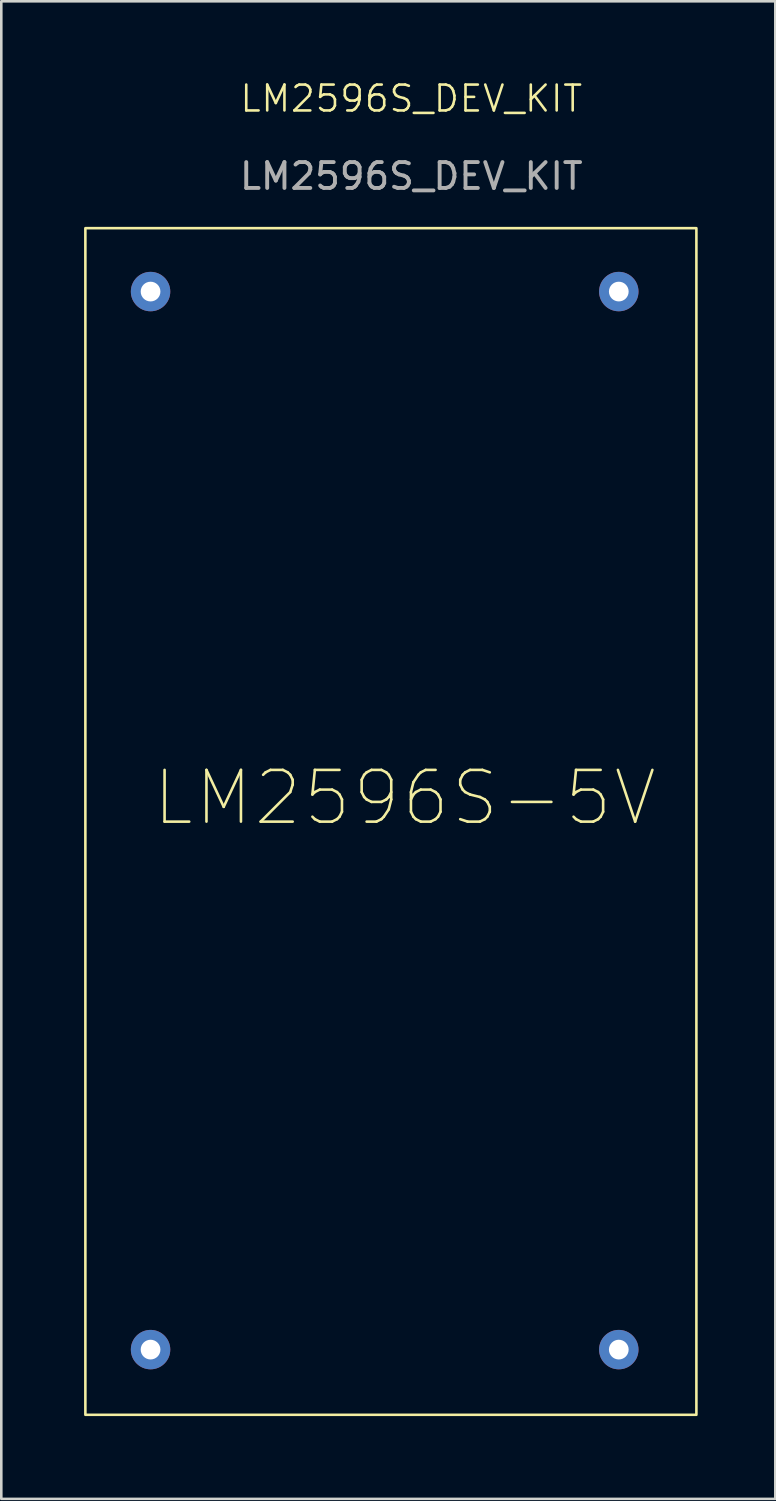
<source format=kicad_pcb>
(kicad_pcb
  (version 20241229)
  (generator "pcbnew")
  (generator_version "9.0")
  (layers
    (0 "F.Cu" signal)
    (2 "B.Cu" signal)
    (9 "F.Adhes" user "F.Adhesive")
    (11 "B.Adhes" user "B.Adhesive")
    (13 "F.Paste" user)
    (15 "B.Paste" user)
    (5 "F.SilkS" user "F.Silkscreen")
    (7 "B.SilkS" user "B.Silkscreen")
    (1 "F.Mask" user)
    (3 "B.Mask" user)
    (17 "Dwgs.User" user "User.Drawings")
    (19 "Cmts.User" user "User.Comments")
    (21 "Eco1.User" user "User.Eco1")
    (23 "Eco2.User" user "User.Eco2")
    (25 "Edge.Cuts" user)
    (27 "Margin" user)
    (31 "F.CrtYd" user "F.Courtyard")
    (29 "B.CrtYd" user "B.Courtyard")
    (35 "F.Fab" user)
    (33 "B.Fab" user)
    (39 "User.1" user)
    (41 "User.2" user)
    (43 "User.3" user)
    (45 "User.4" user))
  (footprint "LM2596S_DEV_KIT"
    (layer "F.Cu")
    (at 0.25 51.641)
    (property "Reference" "LM2596S_DEV_KIT" (at 12.6 -50.88 0) (unlocked yes) (layer "F.SilkS") (effects (font (size 1 1) (thickness 0.1))))
    (attr through_hole)
    (fp_rect (start 0 -45.87) (end 23.62 0) (stroke (width 0.1) (type default)) (fill no) (layer "F.SilkS"))
    (fp_text user "LM2596S-5V" (at 2.52 -22.68 0) (unlocked yes) (layer "F.SilkS") (effects (font (size 2 2) (thickness 0.1)) (justify left bottom)))
    (fp_text user "${REFERENCE}" (at 12.6 -47.88 0) (unlocked yes) (layer "F.Fab") (effects (font (size 1 1) (thickness 0.15))))
    (pad "1" thru_hole circle (at 2.52 -43.42) (size 1.524 1.524) (drill 0.762) (layers "*.Cu" "*.Mask"))
    (pad "2" thru_hole circle (at 20.62 -43.42) (size 1.524 1.524) (drill 0.762) (layers "*.Cu" "*.Mask"))
    (pad "3" thru_hole circle (at 2.52 -2.52) (size 1.524 1.524) (drill 0.762) (layers "*.Cu" "*.Mask"))
    (pad "4" thru_hole circle (at 20.62 -2.52) (size 1.524 1.524) (drill 0.762) (layers "*.Cu" "*.Mask")))
  (gr_rect
    (start -3 -3)
    (end 26.92 54.891)
    (stroke (width 0.1) (type default))
    (fill no)
    (layer "Edge.Cuts")))
</source>
